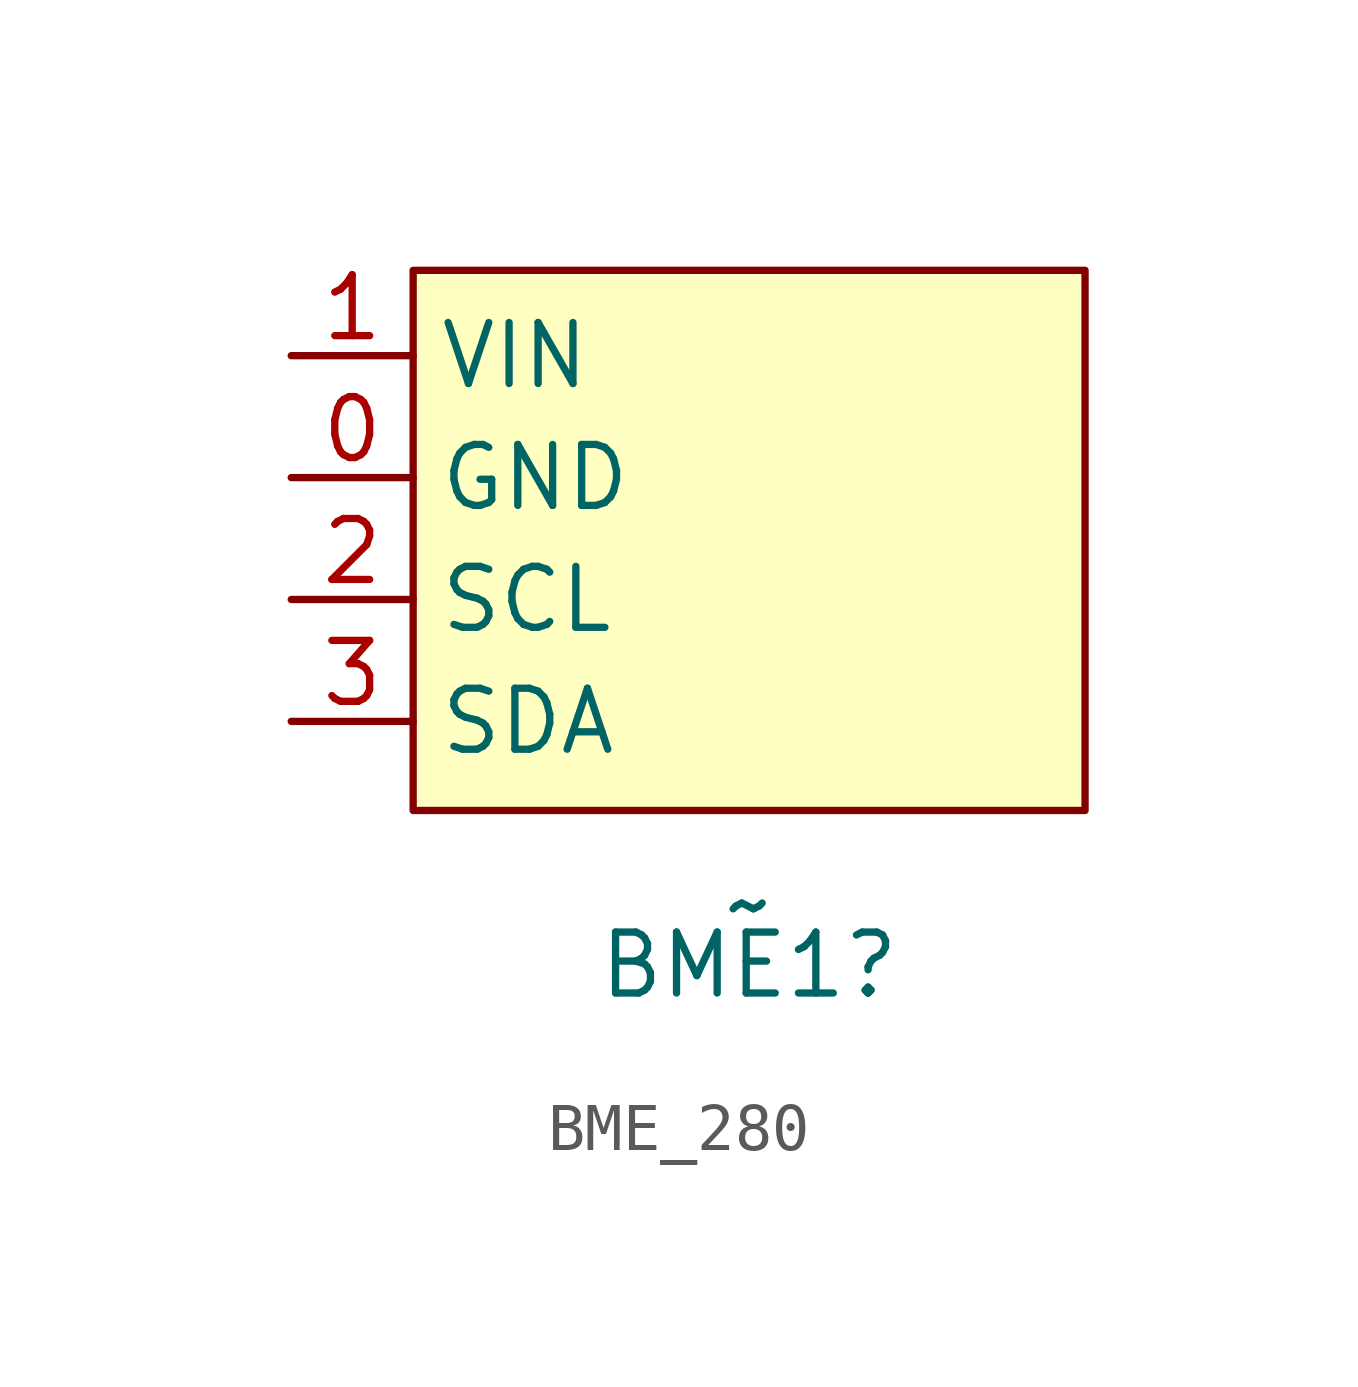
<source format=kicad_sym>
(kicad_symbol_lib
  (version 20241209)
  (generator "kicad_symbol_editor")
  (generator_version "9.0")
  (symbol "BME_280"
    (property "Reference" "BME1"
      (at 9.54 -13.97 0)
      (effects (font (size 1.27 1.27))))
    (property "Value" "~"
      (at 9.54 -12.7 0)
      (effects (font (size 1.27 1.27))))
    (symbol "BME_280_1_1"
      (rectangle (start 2.54 0.508) (end 16.54 -10.746) (stroke (width 0) (type solid)) (fill (type background)))
      (pin power_in line (at 0 -1.27 0) (length 2.54) (name "VIN" (effects (font (size 1.27 1.27)))) (number "1" (effects (font (size 1.27 1.27)))))
      (pin power_in line (at 0 -3.81 0) (length 2.54) (name "GND" (effects (font (size 1.27 1.27)))) (number "0" (effects (font (size 1.27 1.27)))))
      (pin output line (at 0 -6.35 0) (length 2.54) (name "SCL" (effects (font (size 1.27 1.27)))) (number "2" (effects (font (size 1.27 1.27)))))
      (pin output line (at 0 -8.89 0) (length 2.54) (name "SDA" (effects (font (size 1.27 1.27)))) (number "3" (effects (font (size 1.27 1.27))))))))
</source>
